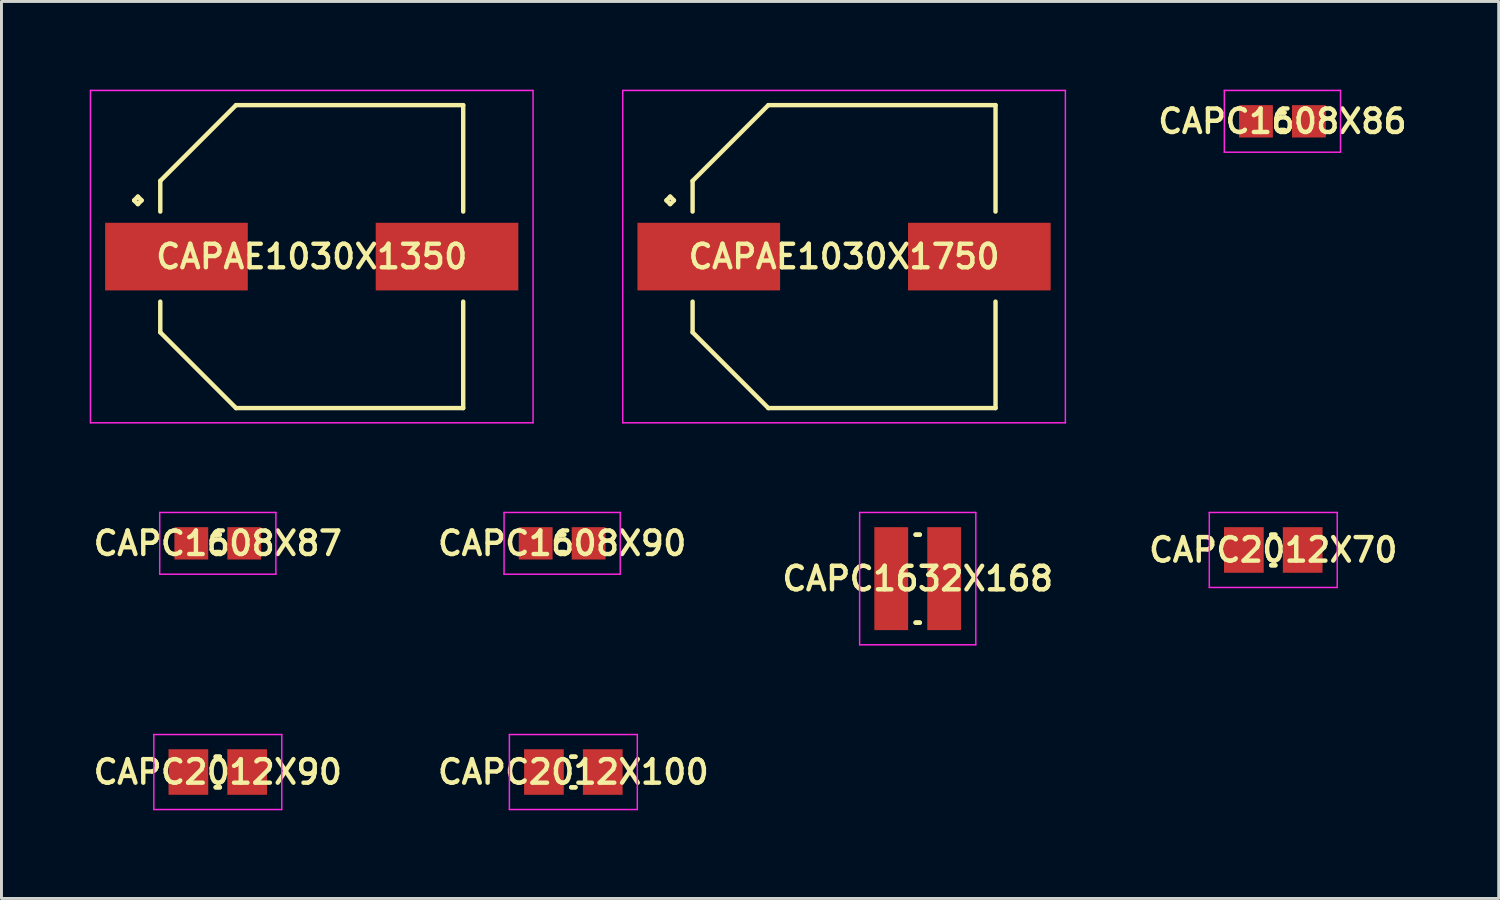
<source format=kicad_pcb>
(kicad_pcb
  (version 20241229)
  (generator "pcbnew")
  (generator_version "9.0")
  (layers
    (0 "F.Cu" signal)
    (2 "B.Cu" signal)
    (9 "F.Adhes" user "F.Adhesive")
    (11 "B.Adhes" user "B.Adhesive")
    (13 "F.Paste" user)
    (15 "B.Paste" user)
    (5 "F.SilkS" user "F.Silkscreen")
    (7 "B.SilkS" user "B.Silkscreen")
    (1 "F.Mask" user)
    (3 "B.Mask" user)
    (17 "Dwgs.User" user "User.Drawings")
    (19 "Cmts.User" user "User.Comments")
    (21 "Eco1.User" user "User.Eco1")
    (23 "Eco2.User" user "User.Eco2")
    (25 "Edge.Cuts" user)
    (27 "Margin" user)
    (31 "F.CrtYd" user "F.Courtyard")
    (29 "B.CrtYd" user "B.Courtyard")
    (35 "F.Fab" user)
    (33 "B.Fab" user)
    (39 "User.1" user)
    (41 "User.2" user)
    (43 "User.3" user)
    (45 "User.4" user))
  (footprint "CAPC1608X87"
    (layer "F.Cu")
    (at 4.355 15.425)
    (property "Reference" "CAPC1608X87" (at 0 0 0) (layer "F.SilkS") (effects (font (size 0.8 0.8) (thickness 0.15))))
    (attr smd)
    (fp_line (start -0.071 -0.296) (end 0.071 -0.296) (stroke (width 0.15) (type solid)) (layer "F.SilkS"))
    (fp_line (start -0.071 0.296) (end 0.071 0.296) (stroke (width 0.15) (type solid)) (layer "F.SilkS"))
    (fp_line (start 0.071 -0.296) (end -0.071 -0.296) (stroke (width 0.15) (type solid)) (layer "F.SilkS"))
    (fp_line (start 0.071 0.296) (end -0.071 0.296) (stroke (width 0.15) (type solid)) (layer "F.SilkS"))
    (fp_line (start -1.975 -1.05) (end 1.975 -1.05) (stroke (width 0.05) (type solid)) (layer "F.CrtYd"))
    (fp_line (start -1.975 1.05) (end -1.975 -1.05) (stroke (width 0.05) (type solid)) (layer "F.CrtYd"))
    (fp_line (start 1.975 -1.05) (end 1.975 1.05) (stroke (width 0.05) (type solid)) (layer "F.CrtYd"))
    (fp_line (start 1.975 1.05) (end -1.975 1.05) (stroke (width 0.05) (type solid)) (layer "F.CrtYd"))
    (pad "1" smd rect (at -0.9 0) (size 1.15 1.1) (layers "F.Cu" "F.Mask" "F.Paste"))
    (pad "2" smd rect (at 0.9 0) (size 1.15 1.1) (layers "F.Cu" "F.Mask" "F.Paste")))
  (footprint "CAPAE1030X1350"
    (layer "F.Cu")
    (at 7.55 5.675)
    (property "Reference" "CAPAE1030X1350" (at 0 0 0) (layer "F.SilkS") (effects (font (size 0.8 0.8) (thickness 0.15))))
    (attr smd)
    (fp_line (start -6.039 -1.912) (end -5.912 -2.039) (stroke (width 0.15) (type solid)) (layer "F.SilkS"))
    (fp_line (start -5.912 -2.039) (end -5.785 -1.912) (stroke (width 0.15) (type solid)) (layer "F.SilkS"))
    (fp_line (start -5.912 -1.785) (end -6.039 -1.912) (stroke (width 0.15) (type solid)) (layer "F.SilkS"))
    (fp_line (start -5.785 -1.912) (end -5.912 -1.785) (stroke (width 0.15) (type solid)) (layer "F.SilkS"))
    (fp_line (start -5.15 -2.575) (end -5.15 -1.531) (stroke (width 0.15) (type solid)) (layer "F.SilkS"))
    (fp_line (start -5.15 2.575) (end -5.15 1.531) (stroke (width 0.15) (type solid)) (layer "F.SilkS"))
    (fp_line (start -2.575 -5.15) (end -5.15 -2.575) (stroke (width 0.15) (type solid)) (layer "F.SilkS"))
    (fp_line (start -2.575 5.15) (end -5.15 2.575) (stroke (width 0.15) (type solid)) (layer "F.SilkS"))
    (fp_line (start 5.15 -5.15) (end -2.575 -5.15) (stroke (width 0.15) (type solid)) (layer "F.SilkS"))
    (fp_line (start 5.15 -1.531) (end 5.15 -5.15) (stroke (width 0.15) (type solid)) (layer "F.SilkS"))
    (fp_line (start 5.15 1.531) (end 5.15 5.15) (stroke (width 0.15) (type solid)) (layer "F.SilkS"))
    (fp_line (start 5.15 5.15) (end -2.575 5.15) (stroke (width 0.15) (type solid)) (layer "F.SilkS"))
    (fp_line (start -7.525 -5.65) (end 7.525 -5.65) (stroke (width 0.05) (type solid)) (layer "F.CrtYd"))
    (fp_line (start -7.525 5.65) (end -7.525 -5.65) (stroke (width 0.05) (type solid)) (layer "F.CrtYd"))
    (fp_line (start 7.525 -5.65) (end 7.525 5.65) (stroke (width 0.05) (type solid)) (layer "F.CrtYd"))
    (fp_line (start 7.525 5.65) (end -7.525 5.65) (stroke (width 0.05) (type solid)) (layer "F.CrtYd"))
    (pad "1" smd rect (at -4.6 0) (size 4.85 2.3) (layers "F.Cu" "F.Mask" "F.Paste"))
    (pad "2" smd rect (at 4.6 0) (size 4.85 2.3) (layers "F.Cu" "F.Mask" "F.Paste")))
  (footprint "CAPC2012X90"
    (layer "F.Cu")
    (at 4.355 23.2)
    (property "Reference" "CAPC2012X90" (at 0 0 0) (layer "F.SilkS") (effects (font (size 0.8 0.8) (thickness 0.15))))
    (attr smd)
    (fp_line (start -0.071 -0.521) (end 0.071 -0.521) (stroke (width 0.15) (type solid)) (layer "F.SilkS"))
    (fp_line (start -0.071 0.521) (end 0.071 0.521) (stroke (width 0.15) (type solid)) (layer "F.SilkS"))
    (fp_line (start 0.071 -0.521) (end -0.071 -0.521) (stroke (width 0.15) (type solid)) (layer "F.SilkS"))
    (fp_line (start 0.071 0.521) (end -0.071 0.521) (stroke (width 0.15) (type solid)) (layer "F.SilkS"))
    (fp_line (start -2.175 -1.275) (end 2.175 -1.275) (stroke (width 0.05) (type solid)) (layer "F.CrtYd"))
    (fp_line (start -2.175 1.275) (end -2.175 -1.275) (stroke (width 0.05) (type solid)) (layer "F.CrtYd"))
    (fp_line (start 2.175 -1.275) (end 2.175 1.275) (stroke (width 0.05) (type solid)) (layer "F.CrtYd"))
    (fp_line (start 2.175 1.275) (end -2.175 1.275) (stroke (width 0.05) (type solid)) (layer "F.CrtYd"))
    (pad "1" smd rect (at -1 0) (size 1.35 1.55) (layers "F.Cu" "F.Mask" "F.Paste"))
    (pad "2" smd rect (at 1 0) (size 1.35 1.55) (layers "F.Cu" "F.Mask" "F.Paste")))
  (footprint "CAPC1608X90"
    (layer "F.Cu")
    (at 16.064 15.425)
    (property "Reference" "CAPC1608X90" (at 0 0 0) (layer "F.SilkS") (effects (font (size 0.8 0.8) (thickness 0.15))))
    (attr smd)
    (fp_line (start -0.071 -0.296) (end 0.071 -0.296) (stroke (width 0.15) (type solid)) (layer "F.SilkS"))
    (fp_line (start -0.071 0.296) (end 0.071 0.296) (stroke (width 0.15) (type solid)) (layer "F.SilkS"))
    (fp_line (start 0.071 -0.296) (end -0.071 -0.296) (stroke (width 0.15) (type solid)) (layer "F.SilkS"))
    (fp_line (start 0.071 0.296) (end -0.071 0.296) (stroke (width 0.15) (type solid)) (layer "F.SilkS"))
    (fp_line (start -1.975 -1.05) (end 1.975 -1.05) (stroke (width 0.05) (type solid)) (layer "F.CrtYd"))
    (fp_line (start -1.975 1.05) (end -1.975 -1.05) (stroke (width 0.05) (type solid)) (layer "F.CrtYd"))
    (fp_line (start 1.975 -1.05) (end 1.975 1.05) (stroke (width 0.05) (type solid)) (layer "F.CrtYd"))
    (fp_line (start 1.975 1.05) (end -1.975 1.05) (stroke (width 0.05) (type solid)) (layer "F.CrtYd"))
    (pad "1" smd rect (at -0.9 0) (size 1.15 1.1) (layers "F.Cu" "F.Mask" "F.Paste"))
    (pad "2" smd rect (at 0.9 0) (size 1.15 1.1) (layers "F.Cu" "F.Mask" "F.Paste")))
  (footprint "CAPC2012X70"
    (layer "F.Cu")
    (at 40.244 15.65)
    (property "Reference" "CAPC2012X70" (at 0 0 0) (layer "F.SilkS") (effects (font (size 0.8 0.8) (thickness 0.15))))
    (attr smd)
    (fp_line (start -0.071 -0.521) (end 0.071 -0.521) (stroke (width 0.15) (type solid)) (layer "F.SilkS"))
    (fp_line (start -0.071 0.521) (end 0.071 0.521) (stroke (width 0.15) (type solid)) (layer "F.SilkS"))
    (fp_line (start 0.071 -0.521) (end -0.071 -0.521) (stroke (width 0.15) (type solid)) (layer "F.SilkS"))
    (fp_line (start 0.071 0.521) (end -0.071 0.521) (stroke (width 0.15) (type solid)) (layer "F.SilkS"))
    (fp_line (start -2.175 -1.275) (end 2.175 -1.275) (stroke (width 0.05) (type solid)) (layer "F.CrtYd"))
    (fp_line (start -2.175 1.275) (end -2.175 -1.275) (stroke (width 0.05) (type solid)) (layer "F.CrtYd"))
    (fp_line (start 2.175 -1.275) (end 2.175 1.275) (stroke (width 0.05) (type solid)) (layer "F.CrtYd"))
    (fp_line (start 2.175 1.275) (end -2.175 1.275) (stroke (width 0.05) (type solid)) (layer "F.CrtYd"))
    (pad "1" smd rect (at -1 0) (size 1.35 1.55) (layers "F.Cu" "F.Mask" "F.Paste"))
    (pad "2" smd rect (at 1 0) (size 1.35 1.55) (layers "F.Cu" "F.Mask" "F.Paste")))
  (footprint "CAPC1632X168"
    (layer "F.Cu")
    (at 28.154 16.625)
    (property "Reference" "CAPC1632X168" (at 0 0 0) (layer "F.SilkS") (effects (font (size 0.8 0.8) (thickness 0.15))))
    (attr smd)
    (fp_line (start -0.071 -1.496) (end 0.071 -1.496) (stroke (width 0.15) (type solid)) (layer "F.SilkS"))
    (fp_line (start -0.071 1.496) (end 0.071 1.496) (stroke (width 0.15) (type solid)) (layer "F.SilkS"))
    (fp_line (start 0.071 -1.496) (end -0.071 -1.496) (stroke (width 0.15) (type solid)) (layer "F.SilkS"))
    (fp_line (start 0.071 1.496) (end -0.071 1.496) (stroke (width 0.15) (type solid)) (layer "F.SilkS"))
    (fp_line (start -1.975 -2.25) (end 1.975 -2.25) (stroke (width 0.05) (type solid)) (layer "F.CrtYd"))
    (fp_line (start -1.975 2.25) (end -1.975 -2.25) (stroke (width 0.05) (type solid)) (layer "F.CrtYd"))
    (fp_line (start 1.975 -2.25) (end 1.975 2.25) (stroke (width 0.05) (type solid)) (layer "F.CrtYd"))
    (fp_line (start 1.975 2.25) (end -1.975 2.25) (stroke (width 0.05) (type solid)) (layer "F.CrtYd"))
    (pad "1" smd rect (at -0.9 0) (size 1.15 3.5) (layers "F.Cu" "F.Mask" "F.Paste"))
    (pad "2" smd rect (at 0.9 0) (size 1.15 3.5) (layers "F.Cu" "F.Mask" "F.Paste")))
  (footprint "CAPAE1030X1750"
    (layer "F.Cu")
    (at 25.65 5.675)
    (property "Reference" "CAPAE1030X1750" (at 0 0 0) (layer "F.SilkS") (effects (font (size 0.8 0.8) (thickness 0.15))))
    (attr smd)
    (fp_line (start -6.039 -1.912) (end -5.912 -2.039) (stroke (width 0.15) (type solid)) (layer "F.SilkS"))
    (fp_line (start -5.912 -2.039) (end -5.785 -1.912) (stroke (width 0.15) (type solid)) (layer "F.SilkS"))
    (fp_line (start -5.912 -1.785) (end -6.039 -1.912) (stroke (width 0.15) (type solid)) (layer "F.SilkS"))
    (fp_line (start -5.785 -1.912) (end -5.912 -1.785) (stroke (width 0.15) (type solid)) (layer "F.SilkS"))
    (fp_line (start -5.15 -2.575) (end -5.15 -1.531) (stroke (width 0.15) (type solid)) (layer "F.SilkS"))
    (fp_line (start -5.15 2.575) (end -5.15 1.531) (stroke (width 0.15) (type solid)) (layer "F.SilkS"))
    (fp_line (start -2.575 -5.15) (end -5.15 -2.575) (stroke (width 0.15) (type solid)) (layer "F.SilkS"))
    (fp_line (start -2.575 5.15) (end -5.15 2.575) (stroke (width 0.15) (type solid)) (layer "F.SilkS"))
    (fp_line (start 5.15 -5.15) (end -2.575 -5.15) (stroke (width 0.15) (type solid)) (layer "F.SilkS"))
    (fp_line (start 5.15 -1.531) (end 5.15 -5.15) (stroke (width 0.15) (type solid)) (layer "F.SilkS"))
    (fp_line (start 5.15 1.531) (end 5.15 5.15) (stroke (width 0.15) (type solid)) (layer "F.SilkS"))
    (fp_line (start 5.15 5.15) (end -2.575 5.15) (stroke (width 0.15) (type solid)) (layer "F.SilkS"))
    (fp_line (start -7.525 -5.65) (end 7.525 -5.65) (stroke (width 0.05) (type solid)) (layer "F.CrtYd"))
    (fp_line (start -7.525 5.65) (end -7.525 -5.65) (stroke (width 0.05) (type solid)) (layer "F.CrtYd"))
    (fp_line (start 7.525 -5.65) (end 7.525 5.65) (stroke (width 0.05) (type solid)) (layer "F.CrtYd"))
    (fp_line (start 7.525 5.65) (end -7.525 5.65) (stroke (width 0.05) (type solid)) (layer "F.CrtYd"))
    (pad "1" smd rect (at -4.6 0) (size 4.85 2.3) (layers "F.Cu" "F.Mask" "F.Paste"))
    (pad "2" smd rect (at 4.6 0) (size 4.85 2.3) (layers "F.Cu" "F.Mask" "F.Paste")))
  (footprint "CAPC1608X86"
    (layer "F.Cu")
    (at 40.555 1.075)
    (property "Reference" "CAPC1608X86" (at 0 0 0) (layer "F.SilkS") (effects (font (size 0.8 0.8) (thickness 0.15))))
    (attr smd)
    (fp_line (start -0.071 -0.296) (end 0.071 -0.296) (stroke (width 0.15) (type solid)) (layer "F.SilkS"))
    (fp_line (start -0.071 0.296) (end 0.071 0.296) (stroke (width 0.15) (type solid)) (layer "F.SilkS"))
    (fp_line (start 0.071 -0.296) (end -0.071 -0.296) (stroke (width 0.15) (type solid)) (layer "F.SilkS"))
    (fp_line (start 0.071 0.296) (end -0.071 0.296) (stroke (width 0.15) (type solid)) (layer "F.SilkS"))
    (fp_line (start -1.975 -1.05) (end 1.975 -1.05) (stroke (width 0.05) (type solid)) (layer "F.CrtYd"))
    (fp_line (start -1.975 1.05) (end -1.975 -1.05) (stroke (width 0.05) (type solid)) (layer "F.CrtYd"))
    (fp_line (start 1.975 -1.05) (end 1.975 1.05) (stroke (width 0.05) (type solid)) (layer "F.CrtYd"))
    (fp_line (start 1.975 1.05) (end -1.975 1.05) (stroke (width 0.05) (type solid)) (layer "F.CrtYd"))
    (pad "1" smd rect (at -0.9 0) (size 1.15 1.1) (layers "F.Cu" "F.Mask" "F.Paste"))
    (pad "2" smd rect (at 0.9 0) (size 1.15 1.1) (layers "F.Cu" "F.Mask" "F.Paste")))
  (footprint "CAPC2012X100"
    (layer "F.Cu")
    (at 16.445 23.2)
    (property "Reference" "CAPC2012X100" (at 0 0 0) (layer "F.SilkS") (effects (font (size 0.8 0.8) (thickness 0.15))))
    (attr smd)
    (fp_line (start -0.071 -0.521) (end 0.071 -0.521) (stroke (width 0.15) (type solid)) (layer "F.SilkS"))
    (fp_line (start -0.071 0.521) (end 0.071 0.521) (stroke (width 0.15) (type solid)) (layer "F.SilkS"))
    (fp_line (start 0.071 -0.521) (end -0.071 -0.521) (stroke (width 0.15) (type solid)) (layer "F.SilkS"))
    (fp_line (start 0.071 0.521) (end -0.071 0.521) (stroke (width 0.15) (type solid)) (layer "F.SilkS"))
    (fp_line (start -2.175 -1.275) (end 2.175 -1.275) (stroke (width 0.05) (type solid)) (layer "F.CrtYd"))
    (fp_line (start -2.175 1.275) (end -2.175 -1.275) (stroke (width 0.05) (type solid)) (layer "F.CrtYd"))
    (fp_line (start 2.175 -1.275) (end 2.175 1.275) (stroke (width 0.05) (type solid)) (layer "F.CrtYd"))
    (fp_line (start 2.175 1.275) (end -2.175 1.275) (stroke (width 0.05) (type solid)) (layer "F.CrtYd"))
    (pad "1" smd rect (at -1 0) (size 1.35 1.55) (layers "F.Cu" "F.Mask" "F.Paste"))
    (pad "2" smd rect (at 1 0) (size 1.35 1.55) (layers "F.Cu" "F.Mask" "F.Paste")))
  (gr_rect
    (start -3 -3)
    (end 47.909 27.5)
    (stroke (width 0.1) (type default))
    (fill no)
    (layer "Edge.Cuts")))
</source>
